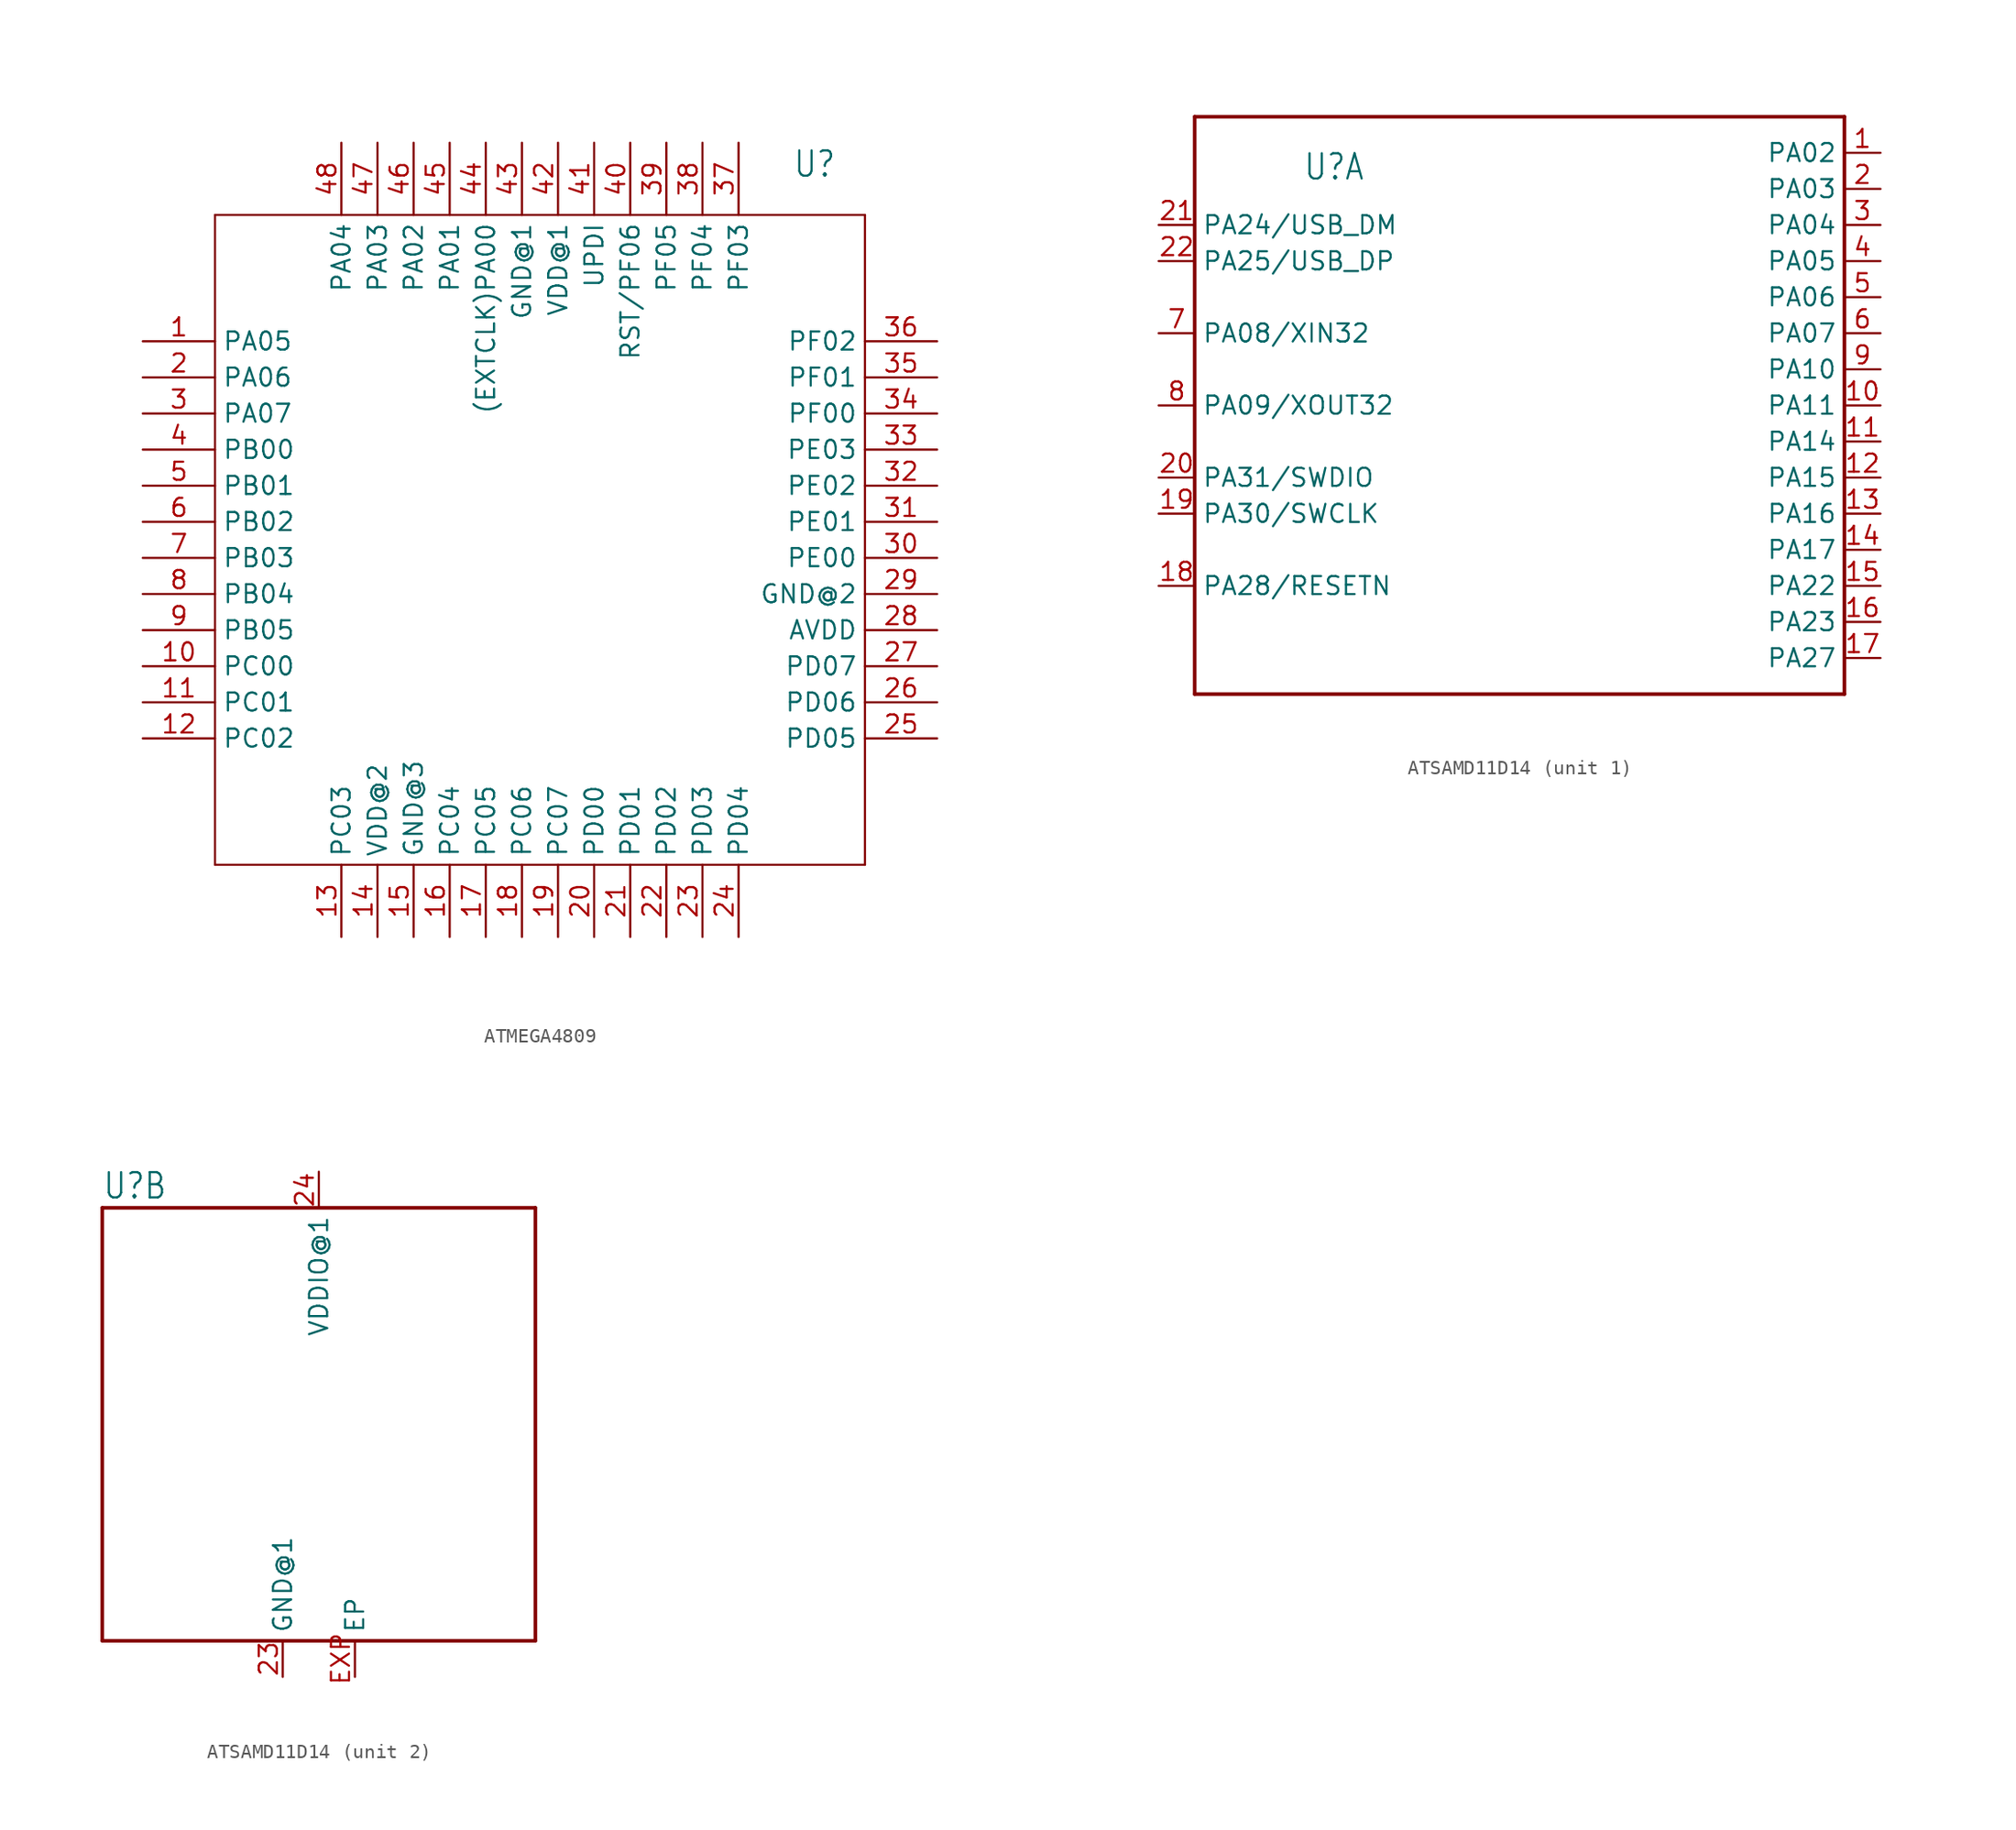
<source format=kicad_sym>
(kicad_symbol_lib
  (version 20231120)
  (generator "kicad_symbol_editor")
  (generator_version "8.0")
  (symbol "ATMEGA4809"
    (property "Reference" "U"
      (at 17.78 25.4 0)
      (effects (font (size 1.778 1.511)) (justify left bottom)))
    (property "Value" ""
      (at 17.78 22.86 0)
      (effects (font (size 1.778 1.511)) (justify left bottom)))
    (property "ki_locked" ""
      (at 0 0 0)
      (effects (font (size 1.27 1.27))))
    (symbol "ATMEGA4809_1_0"
      (polyline (pts (xy -22.86 -22.86) (xy 22.86 -22.86)) (stroke (width 0.152) (type solid)) (fill (type none)))
      (polyline (pts (xy -22.86 22.86) (xy -22.86 -22.86)) (stroke (width 0.152) (type solid)) (fill (type none)))
      (polyline (pts (xy 22.86 -22.86) (xy 22.86 22.86)) (stroke (width 0.152) (type solid)) (fill (type none)))
      (polyline (pts (xy 22.86 22.86) (xy -22.86 22.86)) (stroke (width 0.152) (type solid)) (fill (type none)))
      (pin bidirectional line (at -27.94 13.97 0) (length 5.08) (name "PA05" (effects (font (size 1.27 1.27)))) (number "1" (effects (font (size 1.27 1.27)))))
      (pin bidirectional line (at -27.94 -8.89 0) (length 5.08) (name "PC00" (effects (font (size 1.27 1.27)))) (number "10" (effects (font (size 1.27 1.27)))))
      (pin bidirectional line (at -27.94 -11.43 0) (length 5.08) (name "PC01" (effects (font (size 1.27 1.27)))) (number "11" (effects (font (size 1.27 1.27)))))
      (pin bidirectional line (at -27.94 -13.97 0) (length 5.08) (name "PC02" (effects (font (size 1.27 1.27)))) (number "12" (effects (font (size 1.27 1.27)))))
      (pin bidirectional line (at -13.97 -27.94 90) (length 5.08) (name "PC03" (effects (font (size 1.27 1.27)))) (number "13" (effects (font (size 1.27 1.27)))))
      (pin bidirectional line (at -11.43 -27.94 90) (length 5.08) (name "VDD@2" (effects (font (size 1.27 1.27)))) (number "14" (effects (font (size 1.27 1.27)))))
      (pin bidirectional line (at -8.89 -27.94 90) (length 5.08) (name "GND@3" (effects (font (size 1.27 1.27)))) (number "15" (effects (font (size 1.27 1.27)))))
      (pin bidirectional line (at -6.35 -27.94 90) (length 5.08) (name "PC04" (effects (font (size 1.27 1.27)))) (number "16" (effects (font (size 1.27 1.27)))))
      (pin bidirectional line (at -3.81 -27.94 90) (length 5.08) (name "PC05" (effects (font (size 1.27 1.27)))) (number "17" (effects (font (size 1.27 1.27)))))
      (pin bidirectional line (at -1.27 -27.94 90) (length 5.08) (name "PC06" (effects (font (size 1.27 1.27)))) (number "18" (effects (font (size 1.27 1.27)))))
      (pin bidirectional line (at 1.27 -27.94 90) (length 5.08) (name "PC07" (effects (font (size 1.27 1.27)))) (number "19" (effects (font (size 1.27 1.27)))))
      (pin bidirectional line (at -27.94 11.43 0) (length 5.08) (name "PA06" (effects (font (size 1.27 1.27)))) (number "2" (effects (font (size 1.27 1.27)))))
      (pin bidirectional line (at 3.81 -27.94 90) (length 5.08) (name "PD00" (effects (font (size 1.27 1.27)))) (number "20" (effects (font (size 1.27 1.27)))))
      (pin bidirectional line (at 6.35 -27.94 90) (length 5.08) (name "PD01" (effects (font (size 1.27 1.27)))) (number "21" (effects (font (size 1.27 1.27)))))
      (pin bidirectional line (at 8.89 -27.94 90) (length 5.08) (name "PD02" (effects (font (size 1.27 1.27)))) (number "22" (effects (font (size 1.27 1.27)))))
      (pin bidirectional line (at 11.43 -27.94 90) (length 5.08) (name "PD03" (effects (font (size 1.27 1.27)))) (number "23" (effects (font (size 1.27 1.27)))))
      (pin bidirectional line (at 13.97 -27.94 90) (length 5.08) (name "PD04" (effects (font (size 1.27 1.27)))) (number "24" (effects (font (size 1.27 1.27)))))
      (pin bidirectional line (at 27.94 -13.97 180) (length 5.08) (name "PD05" (effects (font (size 1.27 1.27)))) (number "25" (effects (font (size 1.27 1.27)))))
      (pin bidirectional line (at 27.94 -11.43 180) (length 5.08) (name "PD06" (effects (font (size 1.27 1.27)))) (number "26" (effects (font (size 1.27 1.27)))))
      (pin bidirectional line (at 27.94 -8.89 180) (length 5.08) (name "PD07" (effects (font (size 1.27 1.27)))) (number "27" (effects (font (size 1.27 1.27)))))
      (pin bidirectional line (at 27.94 -6.35 180) (length 5.08) (name "AVDD" (effects (font (size 1.27 1.27)))) (number "28" (effects (font (size 1.27 1.27)))))
      (pin bidirectional line (at 27.94 -3.81 180) (length 5.08) (name "GND@2" (effects (font (size 1.27 1.27)))) (number "29" (effects (font (size 1.27 1.27)))))
      (pin bidirectional line (at -27.94 8.89 0) (length 5.08) (name "PA07" (effects (font (size 1.27 1.27)))) (number "3" (effects (font (size 1.27 1.27)))))
      (pin bidirectional line (at 27.94 -1.27 180) (length 5.08) (name "PE00" (effects (font (size 1.27 1.27)))) (number "30" (effects (font (size 1.27 1.27)))))
      (pin bidirectional line (at 27.94 1.27 180) (length 5.08) (name "PE01" (effects (font (size 1.27 1.27)))) (number "31" (effects (font (size 1.27 1.27)))))
      (pin bidirectional line (at 27.94 3.81 180) (length 5.08) (name "PE02" (effects (font (size 1.27 1.27)))) (number "32" (effects (font (size 1.27 1.27)))))
      (pin bidirectional line (at 27.94 6.35 180) (length 5.08) (name "PE03" (effects (font (size 1.27 1.27)))) (number "33" (effects (font (size 1.27 1.27)))))
      (pin bidirectional line (at 27.94 8.89 180) (length 5.08) (name "PF00" (effects (font (size 1.27 1.27)))) (number "34" (effects (font (size 1.27 1.27)))))
      (pin bidirectional line (at 27.94 11.43 180) (length 5.08) (name "PF01" (effects (font (size 1.27 1.27)))) (number "35" (effects (font (size 1.27 1.27)))))
      (pin bidirectional line (at 27.94 13.97 180) (length 5.08) (name "PF02" (effects (font (size 1.27 1.27)))) (number "36" (effects (font (size 1.27 1.27)))))
      (pin bidirectional line (at 13.97 27.94 270) (length 5.08) (name "PF03" (effects (font (size 1.27 1.27)))) (number "37" (effects (font (size 1.27 1.27)))))
      (pin bidirectional line (at 11.43 27.94 270) (length 5.08) (name "PF04" (effects (font (size 1.27 1.27)))) (number "38" (effects (font (size 1.27 1.27)))))
      (pin bidirectional line (at 8.89 27.94 270) (length 5.08) (name "PF05" (effects (font (size 1.27 1.27)))) (number "39" (effects (font (size 1.27 1.27)))))
      (pin bidirectional line (at -27.94 6.35 0) (length 5.08) (name "PB00" (effects (font (size 1.27 1.27)))) (number "4" (effects (font (size 1.27 1.27)))))
      (pin bidirectional line (at 6.35 27.94 270) (length 5.08) (name "RST/PF06" (effects (font (size 1.27 1.27)))) (number "40" (effects (font (size 1.27 1.27)))))
      (pin bidirectional line (at 3.81 27.94 270) (length 5.08) (name "UPDI" (effects (font (size 1.27 1.27)))) (number "41" (effects (font (size 1.27 1.27)))))
      (pin bidirectional line (at 1.27 27.94 270) (length 5.08) (name "VDD@1" (effects (font (size 1.27 1.27)))) (number "42" (effects (font (size 1.27 1.27)))))
      (pin bidirectional line (at -1.27 27.94 270) (length 5.08) (name "GND@1" (effects (font (size 1.27 1.27)))) (number "43" (effects (font (size 1.27 1.27)))))
      (pin bidirectional line (at -3.81 27.94 270) (length 5.08) (name "(EXTCLK)PA00" (effects (font (size 1.27 1.27)))) (number "44" (effects (font (size 1.27 1.27)))))
      (pin bidirectional line (at -6.35 27.94 270) (length 5.08) (name "PA01" (effects (font (size 1.27 1.27)))) (number "45" (effects (font (size 1.27 1.27)))))
      (pin bidirectional line (at -8.89 27.94 270) (length 5.08) (name "PA02" (effects (font (size 1.27 1.27)))) (number "46" (effects (font (size 1.27 1.27)))))
      (pin bidirectional line (at -11.43 27.94 270) (length 5.08) (name "PA03" (effects (font (size 1.27 1.27)))) (number "47" (effects (font (size 1.27 1.27)))))
      (pin bidirectional line (at -13.97 27.94 270) (length 5.08) (name "PA04" (effects (font (size 1.27 1.27)))) (number "48" (effects (font (size 1.27 1.27)))))
      (pin bidirectional line (at -27.94 3.81 0) (length 5.08) (name "PB01" (effects (font (size 1.27 1.27)))) (number "5" (effects (font (size 1.27 1.27)))))
      (pin bidirectional line (at -27.94 1.27 0) (length 5.08) (name "PB02" (effects (font (size 1.27 1.27)))) (number "6" (effects (font (size 1.27 1.27)))))
      (pin bidirectional line (at -27.94 -1.27 0) (length 5.08) (name "PB03" (effects (font (size 1.27 1.27)))) (number "7" (effects (font (size 1.27 1.27)))))
      (pin bidirectional line (at -27.94 -3.81 0) (length 5.08) (name "PB04" (effects (font (size 1.27 1.27)))) (number "8" (effects (font (size 1.27 1.27)))))
      (pin bidirectional line (at -27.94 -6.35 0) (length 5.08) (name "PB05" (effects (font (size 1.27 1.27)))) (number "9" (effects (font (size 1.27 1.27)))))))
  (symbol "ATSAMD11D14"
    (property "Reference" "U"
      (at -15.24 15.748 0)
      (effects (font (size 1.778 1.511)) (justify left bottom)))
    (property "Value" ""
      (at -15.24 -15.748 0)
      (effects (font (size 1.778 1.511)) (justify left top)))
    (property "ki_locked" ""
      (at 0 0 0)
      (effects (font (size 1.27 1.27))))
    (symbol "ATSAMD11D14_1_0"
      (polyline (pts (xy -22.86 -20.32) (xy -22.86 20.32)) (stroke (width 0.254) (type solid)) (fill (type none)))
      (polyline (pts (xy -22.86 20.32) (xy 22.86 20.32)) (stroke (width 0.254) (type solid)) (fill (type none)))
      (polyline (pts (xy 22.86 -20.32) (xy -22.86 -20.32)) (stroke (width 0.254) (type solid)) (fill (type none)))
      (polyline (pts (xy 22.86 20.32) (xy 22.86 -20.32)) (stroke (width 0.254) (type solid)) (fill (type none)))
      (pin bidirectional line (at 25.4 17.78 180) (length 2.54) (name "PA02" (effects (font (size 1.27 1.27)))) (number "1" (effects (font (size 1.27 1.27)))))
      (pin bidirectional line (at 25.4 0 180) (length 2.54) (name "PA11" (effects (font (size 1.27 1.27)))) (number "10" (effects (font (size 1.27 1.27)))))
      (pin bidirectional line (at 25.4 -2.54 180) (length 2.54) (name "PA14" (effects (font (size 1.27 1.27)))) (number "11" (effects (font (size 1.27 1.27)))))
      (pin bidirectional line (at 25.4 -5.08 180) (length 2.54) (name "PA15" (effects (font (size 1.27 1.27)))) (number "12" (effects (font (size 1.27 1.27)))))
      (pin bidirectional line (at 25.4 -7.62 180) (length 2.54) (name "PA16" (effects (font (size 1.27 1.27)))) (number "13" (effects (font (size 1.27 1.27)))))
      (pin bidirectional line (at 25.4 -10.16 180) (length 2.54) (name "PA17" (effects (font (size 1.27 1.27)))) (number "14" (effects (font (size 1.27 1.27)))))
      (pin bidirectional line (at 25.4 -12.7 180) (length 2.54) (name "PA22" (effects (font (size 1.27 1.27)))) (number "15" (effects (font (size 1.27 1.27)))))
      (pin bidirectional line (at 25.4 -15.24 180) (length 2.54) (name "PA23" (effects (font (size 1.27 1.27)))) (number "16" (effects (font (size 1.27 1.27)))))
      (pin bidirectional line (at 25.4 -17.78 180) (length 2.54) (name "PA27" (effects (font (size 1.27 1.27)))) (number "17" (effects (font (size 1.27 1.27)))))
      (pin bidirectional line (at -25.4 -12.7 0) (length 2.54) (name "PA28/RESETN" (effects (font (size 1.27 1.27)))) (number "18" (effects (font (size 1.27 1.27)))))
      (pin bidirectional line (at -25.4 -7.62 0) (length 2.54) (name "PA30/SWCLK" (effects (font (size 1.27 1.27)))) (number "19" (effects (font (size 1.27 1.27)))))
      (pin bidirectional line (at 25.4 15.24 180) (length 2.54) (name "PA03" (effects (font (size 1.27 1.27)))) (number "2" (effects (font (size 1.27 1.27)))))
      (pin bidirectional line (at -25.4 -5.08 0) (length 2.54) (name "PA31/SWDIO" (effects (font (size 1.27 1.27)))) (number "20" (effects (font (size 1.27 1.27)))))
      (pin bidirectional line (at -25.4 12.7 0) (length 2.54) (name "PA24/USB_DM" (effects (font (size 1.27 1.27)))) (number "21" (effects (font (size 1.27 1.27)))))
      (pin bidirectional line (at -25.4 10.16 0) (length 2.54) (name "PA25/USB_DP" (effects (font (size 1.27 1.27)))) (number "22" (effects (font (size 1.27 1.27)))))
      (pin bidirectional line (at 25.4 12.7 180) (length 2.54) (name "PA04" (effects (font (size 1.27 1.27)))) (number "3" (effects (font (size 1.27 1.27)))))
      (pin bidirectional line (at 25.4 10.16 180) (length 2.54) (name "PA05" (effects (font (size 1.27 1.27)))) (number "4" (effects (font (size 1.27 1.27)))))
      (pin bidirectional line (at 25.4 7.62 180) (length 2.54) (name "PA06" (effects (font (size 1.27 1.27)))) (number "5" (effects (font (size 1.27 1.27)))))
      (pin bidirectional line (at 25.4 5.08 180) (length 2.54) (name "PA07" (effects (font (size 1.27 1.27)))) (number "6" (effects (font (size 1.27 1.27)))))
      (pin bidirectional line (at -25.4 5.08 0) (length 2.54) (name "PA08/XIN32" (effects (font (size 1.27 1.27)))) (number "7" (effects (font (size 1.27 1.27)))))
      (pin bidirectional line (at -25.4 0 0) (length 2.54) (name "PA09/XOUT32" (effects (font (size 1.27 1.27)))) (number "8" (effects (font (size 1.27 1.27)))))
      (pin bidirectional line (at 25.4 2.54 180) (length 2.54) (name "PA10" (effects (font (size 1.27 1.27)))) (number "9" (effects (font (size 1.27 1.27))))))
    (symbol "ATSAMD11D14_2_0"
      (polyline (pts (xy -15.24 -15.24) (xy -15.24 15.24)) (stroke (width 0.254) (type solid)) (fill (type none)))
      (polyline (pts (xy -15.24 15.24) (xy 15.24 15.24)) (stroke (width 0.254) (type solid)) (fill (type none)))
      (polyline (pts (xy 15.24 -15.24) (xy -15.24 -15.24)) (stroke (width 0.254) (type solid)) (fill (type none)))
      (polyline (pts (xy 15.24 15.24) (xy 15.24 -15.24)) (stroke (width 0.254) (type solid)) (fill (type none)))
      (pin power_in line (at -2.54 -17.78 90) (length 2.54) (name "GND@1" (effects (font (size 1.27 1.27)))) (number "23" (effects (font (size 1.27 1.27)))))
      (pin power_in line (at 0 17.78 270) (length 2.54) (name "VDDIO@1" (effects (font (size 1.27 1.27)))) (number "24" (effects (font (size 1.27 1.27)))))
      (pin power_in line (at 2.54 -17.78 90) (length 2.54) (name "EP" (effects (font (size 1.27 1.27)))) (number "EXP" (effects (font (size 1.27 1.27))))))))
</source>
